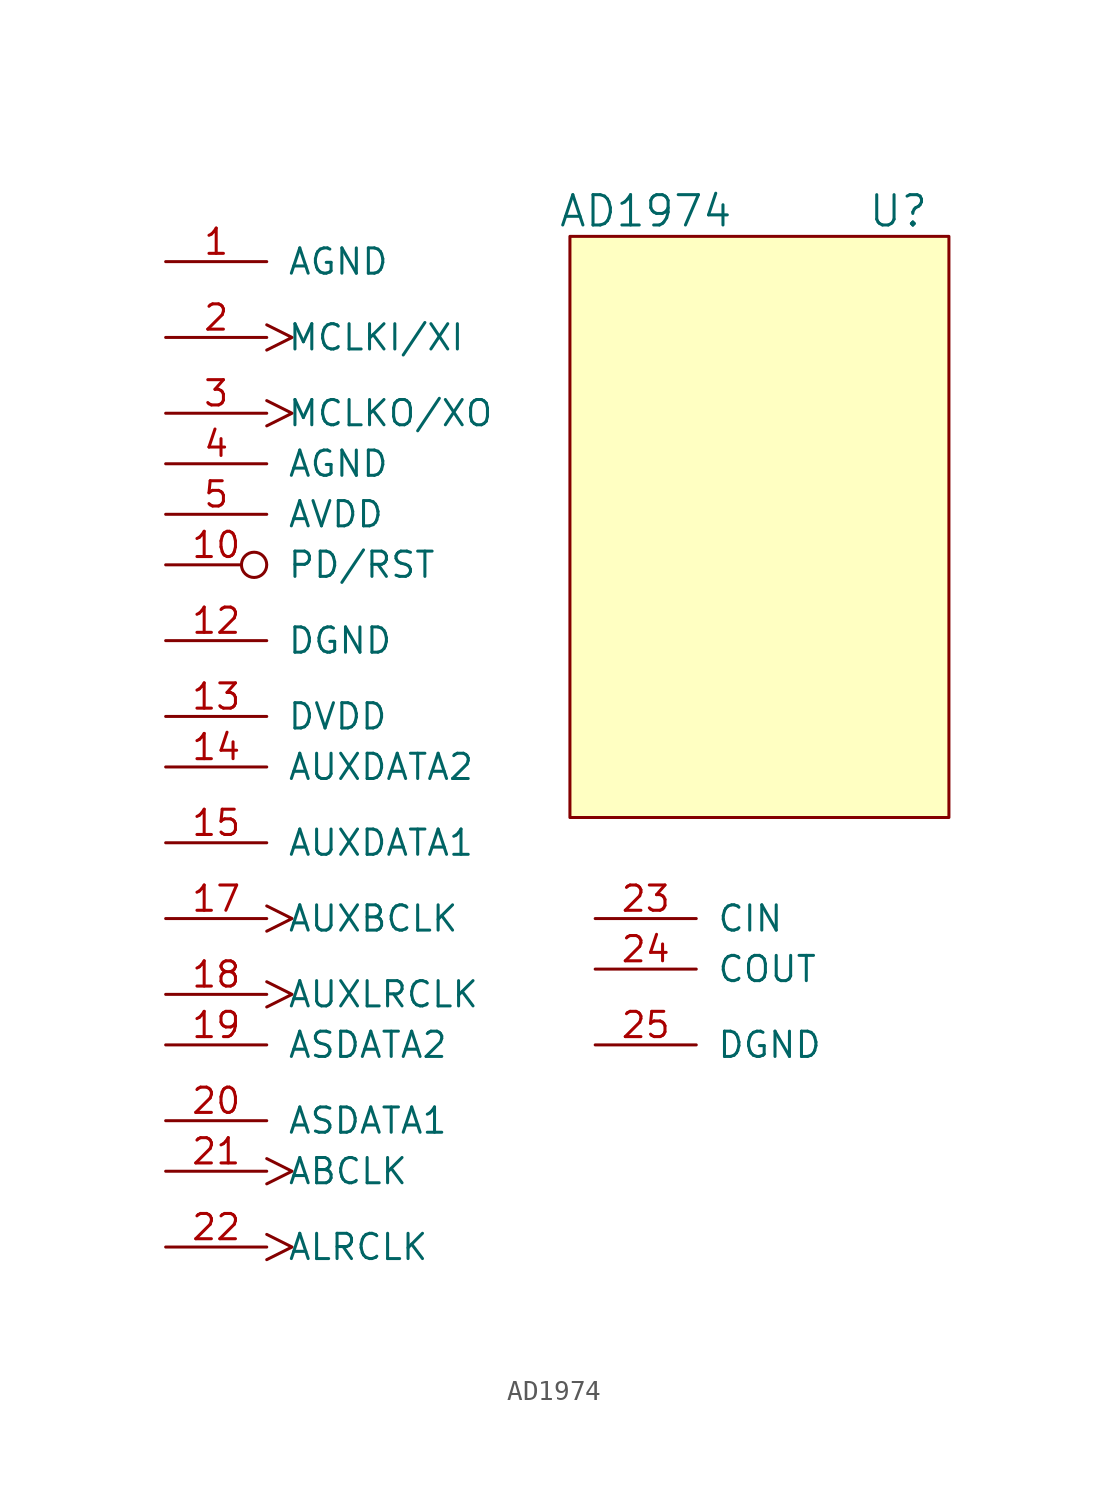
<source format=kicad_sym>
(kicad_symbol_lib
  (version 20211014)
  (generator kicad_symbol_editor)
  (symbol "AD1974"
    (pin_names
      (offset 1.016))
    (property "Reference" "U"
      (at 7.62 12.7 0)
      (effects (font (size 1.524 1.524))))
    (property "Value" "AD1974"
      (at -5.08 12.7 0)
      (effects (font (size 1.524 1.524))))
    (property "Footprint" ""
      (at -12.7 10.16 0)
      (effects (font (size 1.524 1.524))))
    (property "Datasheet" ""
      (at -12.7 10.16 0)
      (effects (font (size 1.524 1.524))))
    (symbol "AD1974_0_1"
      (rectangle (start -8.89 11.43) (end 10.16 -17.78) (stroke (width 0) (type default) (color 0 0 0 0)) (fill (type background))))
    (symbol "AD1974_1_1"
      (pin power_in line (at -29.21 10.16 0) (length 5.08) (name "AGND" (effects (font (size 1.27 1.27)))) (number "1" (effects (font (size 1.27 1.27)))))
      (pin input inverted (at -29.21 -5.08 0) (length 5.08) (name "PD/RST" (effects (font (size 1.27 1.27)))) (number "10" (effects (font (size 1.27 1.27)))))
      (pin power_in line (at -29.21 -8.89 0) (length 5.08) (name "DGND" (effects (font (size 1.27 1.27)))) (number "12" (effects (font (size 1.27 1.27)))))
      (pin power_in line (at -29.21 -12.7 0) (length 5.08) (name "DVDD" (effects (font (size 1.27 1.27)))) (number "13" (effects (font (size 1.27 1.27)))))
      (pin bidirectional line (at -29.21 -15.24 0) (length 5.08) (name "AUXDATA2" (effects (font (size 1.27 1.27)))) (number "14" (effects (font (size 1.27 1.27)))))
      (pin bidirectional line (at -29.21 -19.05 0) (length 5.08) (name "AUXDATA1" (effects (font (size 1.27 1.27)))) (number "15" (effects (font (size 1.27 1.27)))))
      (pin bidirectional clock (at -29.21 -22.86 0) (length 5.08) (name "AUXBCLK" (effects (font (size 1.27 1.27)))) (number "17" (effects (font (size 1.27 1.27)))))
      (pin bidirectional clock (at -29.21 -26.67 0) (length 5.08) (name "AUXLRCLK" (effects (font (size 1.27 1.27)))) (number "18" (effects (font (size 1.27 1.27)))))
      (pin bidirectional line (at -29.21 -29.21 0) (length 5.08) (name "ASDATA2" (effects (font (size 1.27 1.27)))) (number "19" (effects (font (size 1.27 1.27)))))
      (pin input clock (at -29.21 6.35 0) (length 5.08) (name "MCLKI/XI" (effects (font (size 1.27 1.27)))) (number "2" (effects (font (size 1.27 1.27)))))
      (pin output line (at -29.21 -33.02 0) (length 5.08) (name "ASDATA1" (effects (font (size 1.27 1.27)))) (number "20" (effects (font (size 1.27 1.27)))))
      (pin bidirectional clock (at -29.21 -35.56 0) (length 5.08) (name "ABCLK" (effects (font (size 1.27 1.27)))) (number "21" (effects (font (size 1.27 1.27)))))
      (pin bidirectional clock (at -29.21 -39.37 0) (length 5.08) (name "ALRCLK" (effects (font (size 1.27 1.27)))) (number "22" (effects (font (size 1.27 1.27)))))
      (pin input line (at -7.62 -22.86 0) (length 5.08) (name "CIN" (effects (font (size 1.27 1.27)))) (number "23" (effects (font (size 1.27 1.27)))))
      (pin bidirectional line (at -7.62 -25.4 0) (length 5.08) (name "COUT" (effects (font (size 1.27 1.27)))) (number "24" (effects (font (size 1.27 1.27)))))
      (pin power_in line (at -7.62 -29.21 0) (length 5.08) (name "DGND" (effects (font (size 1.27 1.27)))) (number "25" (effects (font (size 1.27 1.27)))))
      (pin output clock (at -29.21 2.54 0) (length 5.08) (name "MCLKO/XO" (effects (font (size 1.27 1.27)))) (number "3" (effects (font (size 1.27 1.27)))))
      (pin power_in line (at -29.21 0 0) (length 5.08) (name "AGND" (effects (font (size 1.27 1.27)))) (number "4" (effects (font (size 1.27 1.27)))))
      (pin power_in line (at -29.21 -2.54 0) (length 5.08) (name "AVDD" (effects (font (size 1.27 1.27)))) (number "5" (effects (font (size 1.27 1.27))))))))
</source>
